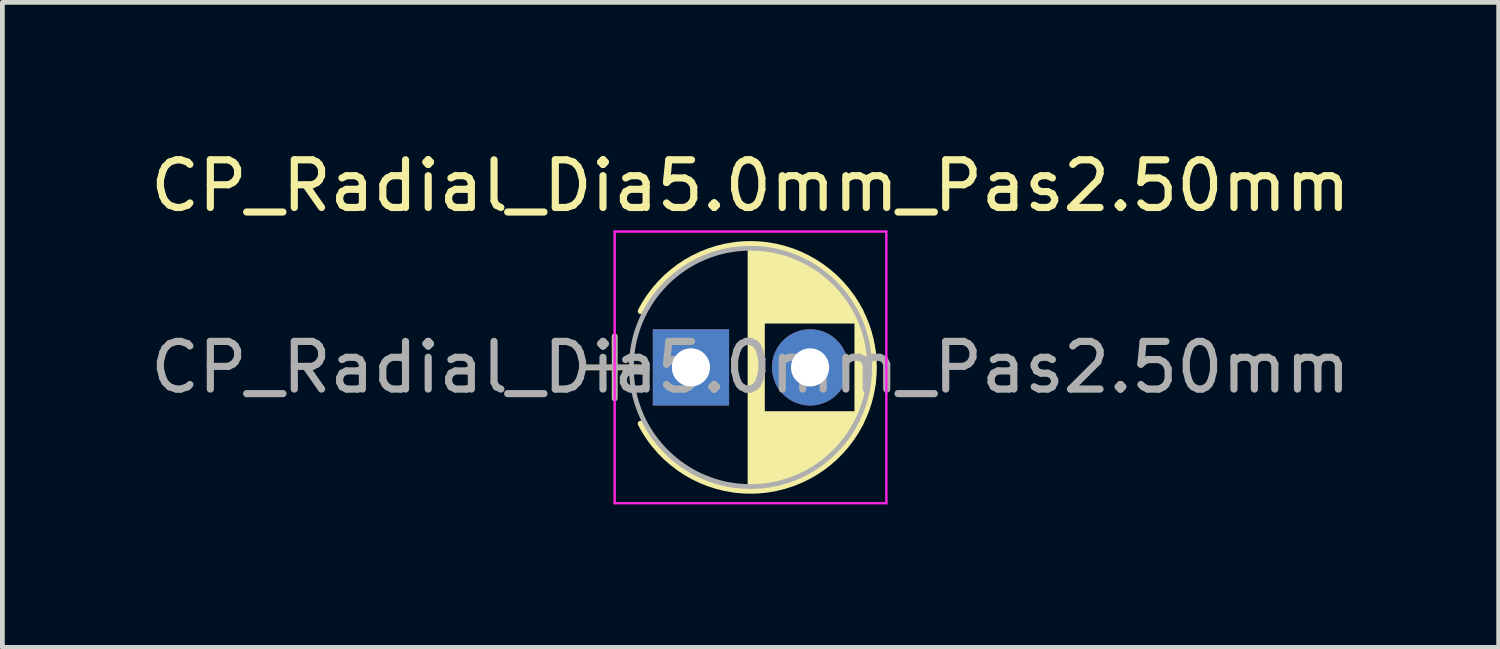
<source format=kicad_pcb>
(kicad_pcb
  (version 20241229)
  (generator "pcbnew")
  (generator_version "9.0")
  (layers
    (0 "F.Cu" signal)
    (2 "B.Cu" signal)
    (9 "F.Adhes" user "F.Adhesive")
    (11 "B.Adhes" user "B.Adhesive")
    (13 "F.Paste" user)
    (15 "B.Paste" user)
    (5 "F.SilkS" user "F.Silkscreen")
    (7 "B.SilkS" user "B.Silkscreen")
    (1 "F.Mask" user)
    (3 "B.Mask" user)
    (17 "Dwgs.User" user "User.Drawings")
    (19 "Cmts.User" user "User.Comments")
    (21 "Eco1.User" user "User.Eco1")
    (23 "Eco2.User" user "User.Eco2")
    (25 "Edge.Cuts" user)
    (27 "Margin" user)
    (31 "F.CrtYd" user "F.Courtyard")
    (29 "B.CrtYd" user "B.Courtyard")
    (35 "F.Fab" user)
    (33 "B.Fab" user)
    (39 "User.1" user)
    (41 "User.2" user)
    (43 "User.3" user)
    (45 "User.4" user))
  (footprint "CP_Radial_Dia5.0mm_Pas2.50mm"
    (layer "F.Cu")
    (at 11.446 4.658)
    (property "Reference" "CP_Radial_Dia5.0mm_Pas2.50mm" (at 1.25 -3.81 0) (layer "F.SilkS") (effects (font (size 1 1) (thickness 0.15))))
    (attr through_hole)
    (fp_line (start -2.2 0) (end -1 0) (stroke (width 0.12) (type solid)) (layer "F.SilkS"))
    (fp_line (start -1.6 -0.65) (end -1.6 0.65) (stroke (width 0.12) (type solid)) (layer "F.SilkS"))
    (fp_line (start 1.25 -2.55) (end 1.25 2.55) (stroke (width 0.12) (type solid)) (layer "F.SilkS"))
    (fp_line (start 1.29 -2.55) (end 1.29 2.55) (stroke (width 0.12) (type solid)) (layer "F.SilkS"))
    (fp_line (start 1.33 -2.549) (end 1.33 2.549) (stroke (width 0.12) (type solid)) (layer "F.SilkS"))
    (fp_line (start 1.37 -2.548) (end 1.37 2.548) (stroke (width 0.12) (type solid)) (layer "F.SilkS"))
    (fp_line (start 1.41 -2.546) (end 1.41 2.546) (stroke (width 0.12) (type solid)) (layer "F.SilkS"))
    (fp_line (start 1.45 -2.543) (end 1.45 2.543) (stroke (width 0.12) (type solid)) (layer "F.SilkS"))
    (fp_line (start 1.49 -2.539) (end 1.49 2.539) (stroke (width 0.12) (type solid)) (layer "F.SilkS"))
    (fp_line (start 1.53 -2.535) (end 1.53 -0.98) (stroke (width 0.12) (type solid)) (layer "F.SilkS"))
    (fp_line (start 1.53 0.98) (end 1.53 2.535) (stroke (width 0.12) (type solid)) (layer "F.SilkS"))
    (fp_line (start 1.57 -2.531) (end 1.57 -0.98) (stroke (width 0.12) (type solid)) (layer "F.SilkS"))
    (fp_line (start 1.57 0.98) (end 1.57 2.531) (stroke (width 0.12) (type solid)) (layer "F.SilkS"))
    (fp_line (start 1.61 -2.525) (end 1.61 -0.98) (stroke (width 0.12) (type solid)) (layer "F.SilkS"))
    (fp_line (start 1.61 0.98) (end 1.61 2.525) (stroke (width 0.12) (type solid)) (layer "F.SilkS"))
    (fp_line (start 1.65 -2.519) (end 1.65 -0.98) (stroke (width 0.12) (type solid)) (layer "F.SilkS"))
    (fp_line (start 1.65 0.98) (end 1.65 2.519) (stroke (width 0.12) (type solid)) (layer "F.SilkS"))
    (fp_line (start 1.69 -2.513) (end 1.69 -0.98) (stroke (width 0.12) (type solid)) (layer "F.SilkS"))
    (fp_line (start 1.69 0.98) (end 1.69 2.513) (stroke (width 0.12) (type solid)) (layer "F.SilkS"))
    (fp_line (start 1.73 -2.506) (end 1.73 -0.98) (stroke (width 0.12) (type solid)) (layer "F.SilkS"))
    (fp_line (start 1.73 0.98) (end 1.73 2.506) (stroke (width 0.12) (type solid)) (layer "F.SilkS"))
    (fp_line (start 1.77 -2.498) (end 1.77 -0.98) (stroke (width 0.12) (type solid)) (layer "F.SilkS"))
    (fp_line (start 1.77 0.98) (end 1.77 2.498) (stroke (width 0.12) (type solid)) (layer "F.SilkS"))
    (fp_line (start 1.81 -2.489) (end 1.81 -0.98) (stroke (width 0.12) (type solid)) (layer "F.SilkS"))
    (fp_line (start 1.81 0.98) (end 1.81 2.489) (stroke (width 0.12) (type solid)) (layer "F.SilkS"))
    (fp_line (start 1.85 -2.48) (end 1.85 -0.98) (stroke (width 0.12) (type solid)) (layer "F.SilkS"))
    (fp_line (start 1.85 0.98) (end 1.85 2.48) (stroke (width 0.12) (type solid)) (layer "F.SilkS"))
    (fp_line (start 1.89 -2.47) (end 1.89 -0.98) (stroke (width 0.12) (type solid)) (layer "F.SilkS"))
    (fp_line (start 1.89 0.98) (end 1.89 2.47) (stroke (width 0.12) (type solid)) (layer "F.SilkS"))
    (fp_line (start 1.93 -2.46) (end 1.93 -0.98) (stroke (width 0.12) (type solid)) (layer "F.SilkS"))
    (fp_line (start 1.93 0.98) (end 1.93 2.46) (stroke (width 0.12) (type solid)) (layer "F.SilkS"))
    (fp_line (start 1.971 -2.448) (end 1.971 -0.98) (stroke (width 0.12) (type solid)) (layer "F.SilkS"))
    (fp_line (start 1.971 0.98) (end 1.971 2.448) (stroke (width 0.12) (type solid)) (layer "F.SilkS"))
    (fp_line (start 2.011 -2.436) (end 2.011 -0.98) (stroke (width 0.12) (type solid)) (layer "F.SilkS"))
    (fp_line (start 2.011 0.98) (end 2.011 2.436) (stroke (width 0.12) (type solid)) (layer "F.SilkS"))
    (fp_line (start 2.051 -2.424) (end 2.051 -0.98) (stroke (width 0.12) (type solid)) (layer "F.SilkS"))
    (fp_line (start 2.051 0.98) (end 2.051 2.424) (stroke (width 0.12) (type solid)) (layer "F.SilkS"))
    (fp_line (start 2.091 -2.41) (end 2.091 -0.98) (stroke (width 0.12) (type solid)) (layer "F.SilkS"))
    (fp_line (start 2.091 0.98) (end 2.091 2.41) (stroke (width 0.12) (type solid)) (layer "F.SilkS"))
    (fp_line (start 2.131 -2.396) (end 2.131 -0.98) (stroke (width 0.12) (type solid)) (layer "F.SilkS"))
    (fp_line (start 2.131 0.98) (end 2.131 2.396) (stroke (width 0.12) (type solid)) (layer "F.SilkS"))
    (fp_line (start 2.171 -2.382) (end 2.171 -0.98) (stroke (width 0.12) (type solid)) (layer "F.SilkS"))
    (fp_line (start 2.171 0.98) (end 2.171 2.382) (stroke (width 0.12) (type solid)) (layer "F.SilkS"))
    (fp_line (start 2.211 -2.366) (end 2.211 -0.98) (stroke (width 0.12) (type solid)) (layer "F.SilkS"))
    (fp_line (start 2.211 0.98) (end 2.211 2.366) (stroke (width 0.12) (type solid)) (layer "F.SilkS"))
    (fp_line (start 2.251 -2.35) (end 2.251 -0.98) (stroke (width 0.12) (type solid)) (layer "F.SilkS"))
    (fp_line (start 2.251 0.98) (end 2.251 2.35) (stroke (width 0.12) (type solid)) (layer "F.SilkS"))
    (fp_line (start 2.291 -2.333) (end 2.291 -0.98) (stroke (width 0.12) (type solid)) (layer "F.SilkS"))
    (fp_line (start 2.291 0.98) (end 2.291 2.333) (stroke (width 0.12) (type solid)) (layer "F.SilkS"))
    (fp_line (start 2.331 -2.315) (end 2.331 -0.98) (stroke (width 0.12) (type solid)) (layer "F.SilkS"))
    (fp_line (start 2.331 0.98) (end 2.331 2.315) (stroke (width 0.12) (type solid)) (layer "F.SilkS"))
    (fp_line (start 2.371 -2.296) (end 2.371 -0.98) (stroke (width 0.12) (type solid)) (layer "F.SilkS"))
    (fp_line (start 2.371 0.98) (end 2.371 2.296) (stroke (width 0.12) (type solid)) (layer "F.SilkS"))
    (fp_line (start 2.411 -2.276) (end 2.411 -0.98) (stroke (width 0.12) (type solid)) (layer "F.SilkS"))
    (fp_line (start 2.411 0.98) (end 2.411 2.276) (stroke (width 0.12) (type solid)) (layer "F.SilkS"))
    (fp_line (start 2.451 -2.256) (end 2.451 -0.98) (stroke (width 0.12) (type solid)) (layer "F.SilkS"))
    (fp_line (start 2.451 0.98) (end 2.451 2.256) (stroke (width 0.12) (type solid)) (layer "F.SilkS"))
    (fp_line (start 2.491 -2.234) (end 2.491 -0.98) (stroke (width 0.12) (type solid)) (layer "F.SilkS"))
    (fp_line (start 2.491 0.98) (end 2.491 2.234) (stroke (width 0.12) (type solid)) (layer "F.SilkS"))
    (fp_line (start 2.531 -2.212) (end 2.531 -0.98) (stroke (width 0.12) (type solid)) (layer "F.SilkS"))
    (fp_line (start 2.531 0.98) (end 2.531 2.212) (stroke (width 0.12) (type solid)) (layer "F.SilkS"))
    (fp_line (start 2.571 -2.189) (end 2.571 -0.98) (stroke (width 0.12) (type solid)) (layer "F.SilkS"))
    (fp_line (start 2.571 0.98) (end 2.571 2.189) (stroke (width 0.12) (type solid)) (layer "F.SilkS"))
    (fp_line (start 2.611 -2.165) (end 2.611 -0.98) (stroke (width 0.12) (type solid)) (layer "F.SilkS"))
    (fp_line (start 2.611 0.98) (end 2.611 2.165) (stroke (width 0.12) (type solid)) (layer "F.SilkS"))
    (fp_line (start 2.651 -2.14) (end 2.651 -0.98) (stroke (width 0.12) (type solid)) (layer "F.SilkS"))
    (fp_line (start 2.651 0.98) (end 2.651 2.14) (stroke (width 0.12) (type solid)) (layer "F.SilkS"))
    (fp_line (start 2.691 -2.113) (end 2.691 -0.98) (stroke (width 0.12) (type solid)) (layer "F.SilkS"))
    (fp_line (start 2.691 0.98) (end 2.691 2.113) (stroke (width 0.12) (type solid)) (layer "F.SilkS"))
    (fp_line (start 2.731 -2.086) (end 2.731 -0.98) (stroke (width 0.12) (type solid)) (layer "F.SilkS"))
    (fp_line (start 2.731 0.98) (end 2.731 2.086) (stroke (width 0.12) (type solid)) (layer "F.SilkS"))
    (fp_line (start 2.771 -2.058) (end 2.771 -0.98) (stroke (width 0.12) (type solid)) (layer "F.SilkS"))
    (fp_line (start 2.771 0.98) (end 2.771 2.058) (stroke (width 0.12) (type solid)) (layer "F.SilkS"))
    (fp_line (start 2.811 -2.028) (end 2.811 -0.98) (stroke (width 0.12) (type solid)) (layer "F.SilkS"))
    (fp_line (start 2.811 0.98) (end 2.811 2.028) (stroke (width 0.12) (type solid)) (layer "F.SilkS"))
    (fp_line (start 2.851 -1.997) (end 2.851 -0.98) (stroke (width 0.12) (type solid)) (layer "F.SilkS"))
    (fp_line (start 2.851 0.98) (end 2.851 1.997) (stroke (width 0.12) (type solid)) (layer "F.SilkS"))
    (fp_line (start 2.891 -1.965) (end 2.891 -0.98) (stroke (width 0.12) (type solid)) (layer "F.SilkS"))
    (fp_line (start 2.891 0.98) (end 2.891 1.965) (stroke (width 0.12) (type solid)) (layer "F.SilkS"))
    (fp_line (start 2.931 -1.932) (end 2.931 -0.98) (stroke (width 0.12) (type solid)) (layer "F.SilkS"))
    (fp_line (start 2.931 0.98) (end 2.931 1.932) (stroke (width 0.12) (type solid)) (layer "F.SilkS"))
    (fp_line (start 2.971 -1.897) (end 2.971 -0.98) (stroke (width 0.12) (type solid)) (layer "F.SilkS"))
    (fp_line (start 2.971 0.98) (end 2.971 1.897) (stroke (width 0.12) (type solid)) (layer "F.SilkS"))
    (fp_line (start 3.011 -1.861) (end 3.011 -0.98) (stroke (width 0.12) (type solid)) (layer "F.SilkS"))
    (fp_line (start 3.011 0.98) (end 3.011 1.861) (stroke (width 0.12) (type solid)) (layer "F.SilkS"))
    (fp_line (start 3.051 -1.823) (end 3.051 -0.98) (stroke (width 0.12) (type solid)) (layer "F.SilkS"))
    (fp_line (start 3.051 0.98) (end 3.051 1.823) (stroke (width 0.12) (type solid)) (layer "F.SilkS"))
    (fp_line (start 3.091 -1.783) (end 3.091 -0.98) (stroke (width 0.12) (type solid)) (layer "F.SilkS"))
    (fp_line (start 3.091 0.98) (end 3.091 1.783) (stroke (width 0.12) (type solid)) (layer "F.SilkS"))
    (fp_line (start 3.131 -1.742) (end 3.131 -0.98) (stroke (width 0.12) (type solid)) (layer "F.SilkS"))
    (fp_line (start 3.131 0.98) (end 3.131 1.742) (stroke (width 0.12) (type solid)) (layer "F.SilkS"))
    (fp_line (start 3.171 -1.699) (end 3.171 -0.98) (stroke (width 0.12) (type solid)) (layer "F.SilkS"))
    (fp_line (start 3.171 0.98) (end 3.171 1.699) (stroke (width 0.12) (type solid)) (layer "F.SilkS"))
    (fp_line (start 3.211 -1.654) (end 3.211 -0.98) (stroke (width 0.12) (type solid)) (layer "F.SilkS"))
    (fp_line (start 3.211 0.98) (end 3.211 1.654) (stroke (width 0.12) (type solid)) (layer "F.SilkS"))
    (fp_line (start 3.251 -1.606) (end 3.251 -0.98) (stroke (width 0.12) (type solid)) (layer "F.SilkS"))
    (fp_line (start 3.251 0.98) (end 3.251 1.606) (stroke (width 0.12) (type solid)) (layer "F.SilkS"))
    (fp_line (start 3.291 -1.556) (end 3.291 -0.98) (stroke (width 0.12) (type solid)) (layer "F.SilkS"))
    (fp_line (start 3.291 0.98) (end 3.291 1.556) (stroke (width 0.12) (type solid)) (layer "F.SilkS"))
    (fp_line (start 3.331 -1.504) (end 3.331 -0.98) (stroke (width 0.12) (type solid)) (layer "F.SilkS"))
    (fp_line (start 3.331 0.98) (end 3.331 1.504) (stroke (width 0.12) (type solid)) (layer "F.SilkS"))
    (fp_line (start 3.371 -1.448) (end 3.371 -0.98) (stroke (width 0.12) (type solid)) (layer "F.SilkS"))
    (fp_line (start 3.371 0.98) (end 3.371 1.448) (stroke (width 0.12) (type solid)) (layer "F.SilkS"))
    (fp_line (start 3.411 -1.39) (end 3.411 -0.98) (stroke (width 0.12) (type solid)) (layer "F.SilkS"))
    (fp_line (start 3.411 0.98) (end 3.411 1.39) (stroke (width 0.12) (type solid)) (layer "F.SilkS"))
    (fp_line (start 3.451 -1.327) (end 3.451 -0.98) (stroke (width 0.12) (type solid)) (layer "F.SilkS"))
    (fp_line (start 3.451 0.98) (end 3.451 1.327) (stroke (width 0.12) (type solid)) (layer "F.SilkS"))
    (fp_line (start 3.491 -1.261) (end 3.491 1.261) (stroke (width 0.12) (type solid)) (layer "F.SilkS"))
    (fp_line (start 3.531 -1.189) (end 3.531 1.189) (stroke (width 0.12) (type solid)) (layer "F.SilkS"))
    (fp_line (start 3.571 -1.112) (end 3.571 1.112) (stroke (width 0.12) (type solid)) (layer "F.SilkS"))
    (fp_line (start 3.611 -1.028) (end 3.611 1.028) (stroke (width 0.12) (type solid)) (layer "F.SilkS"))
    (fp_line (start 3.651 -0.934) (end 3.651 0.934) (stroke (width 0.12) (type solid)) (layer "F.SilkS"))
    (fp_line (start 3.691 -0.829) (end 3.691 0.829) (stroke (width 0.12) (type solid)) (layer "F.SilkS"))
    (fp_line (start 3.731 -0.707) (end 3.731 0.707) (stroke (width 0.12) (type solid)) (layer "F.SilkS"))
    (fp_line (start 3.771 -0.559) (end 3.771 0.559) (stroke (width 0.12) (type solid)) (layer "F.SilkS"))
    (fp_line (start 3.811 -0.354) (end 3.811 0.354) (stroke (width 0.12) (type solid)) (layer "F.SilkS"))
    (fp_arc (start -1.05558 -1.18) (mid 1.250156 -2.59) (end 3.555722 -1.179722) (stroke (width 0.12) (type solid)) (layer "F.SilkS"))
    (fp_arc (start 3.55558 -1.18) (mid 3.84 -0.000156) (end 3.555722 1.179722) (stroke (width 0.12) (type solid)) (layer "F.SilkS"))
    (fp_arc (start 3.555722 1.179722) (mid 1.250156 2.59) (end -1.05558 1.18) (stroke (width 0.12) (type solid)) (layer "F.SilkS"))
    (fp_line (start -1.6 -2.85) (end -1.6 2.85) (stroke (width 0.05) (type solid)) (layer "F.CrtYd"))
    (fp_line (start -1.6 2.85) (end 4.1 2.85) (stroke (width 0.05) (type solid)) (layer "F.CrtYd"))
    (fp_line (start 4.1 -2.85) (end -1.6 -2.85) (stroke (width 0.05) (type solid)) (layer "F.CrtYd"))
    (fp_line (start 4.1 2.85) (end 4.1 -2.85) (stroke (width 0.05) (type solid)) (layer "F.CrtYd"))
    (fp_line (start -2.2 0) (end -1 0) (stroke (width 0.1) (type solid)) (layer "F.Fab"))
    (fp_line (start -1.6 -0.65) (end -1.6 0.65) (stroke (width 0.1) (type solid)) (layer "F.Fab"))
    (fp_circle (center 1.25 0) (end 3.75 0) (stroke (width 0.1) (type solid)) (fill no) (layer "F.Fab"))
    (fp_text user "${REFERENCE}" (at 1.25 0 0) (layer "F.Fab") (effects (font (size 1 1) (thickness 0.15))))
    (pad "1" thru_hole rect (at 0 0) (size 1.6 1.6) (drill 0.8) (layers "*.Cu" "*.Mask"))
    (pad "2" thru_hole circle (at 2.5 0) (size 1.6 1.6) (drill 0.8) (layers "*.Cu" "*.Mask")))
  (gr_rect
    (start -3 -3)
    (end 28.393 10.533)
    (stroke (width 0.1) (type default))
    (fill no)
    (layer "Edge.Cuts")))
</source>
